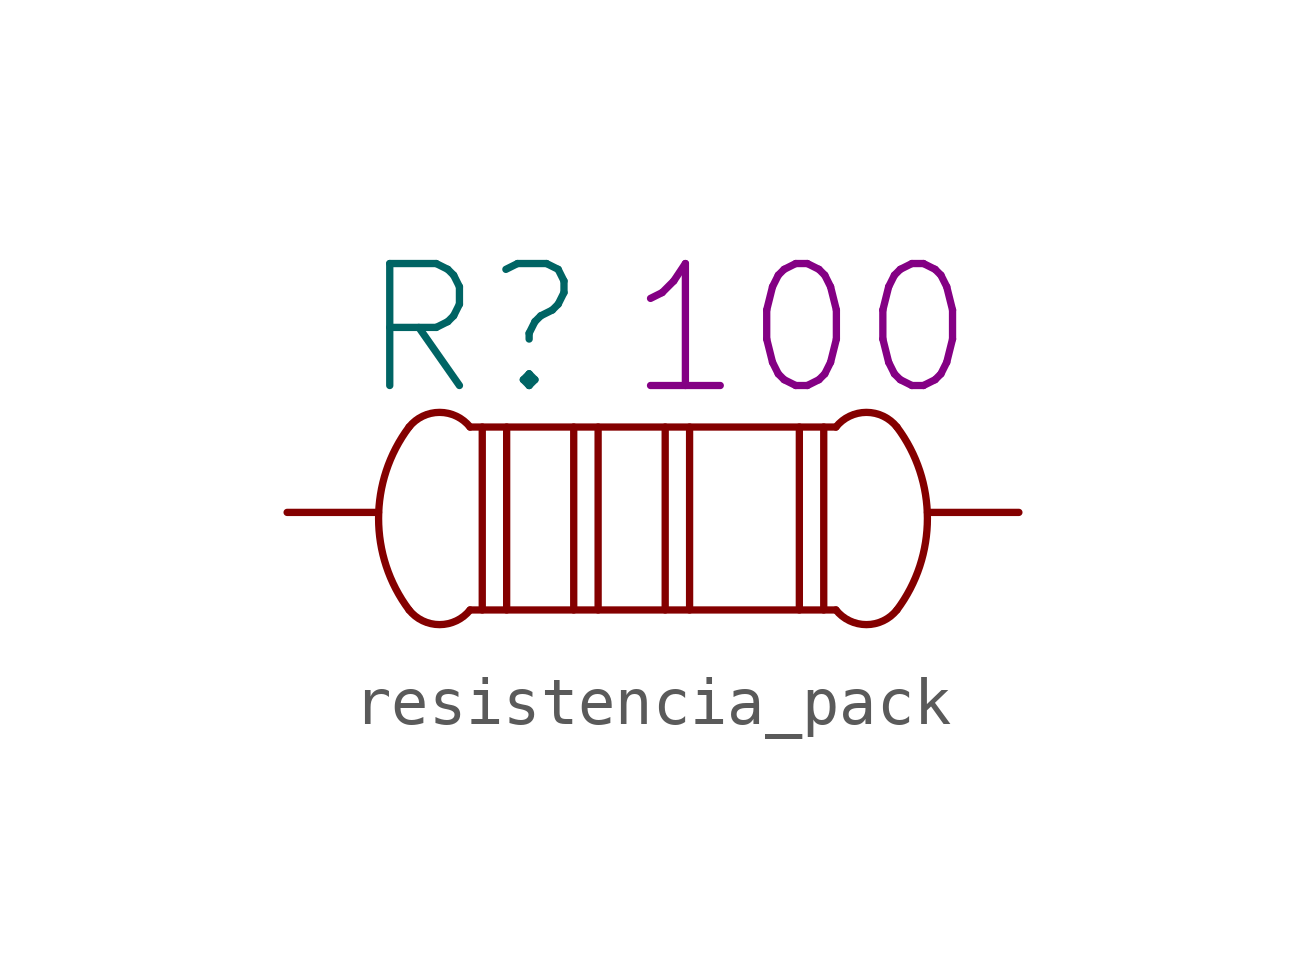
<source format=kicad_sym>
(kicad_symbol_lib
  (version 20211014)
  (generator kicad_symbol_editor)
  (symbol "resistencia_pack"
    (pin_names
      (offset 1.016))
    (property "Reference" "R"
      (at 6.35 3.81 0)
      (effects (font (size 2.54 2.54)) (justify right)))
    (property "R" "100"
      (at 6.985 3.81 0)
      (effects (font (size 2.54 2.54)) (justify left)))
    (symbol "resistencia_pack_0_1"
      (polyline (pts (xy 3.81 -2.032) (xy 11.43 -2.032)) (stroke (width 0) (type default) (color 0 0 0 0)) (fill (type none)))
      (polyline (pts (xy 3.81 1.778) (xy 11.43 1.778)) (stroke (width 0) (type default) (color 0 0 0 0)) (fill (type none)))
      (polyline (pts (xy 4.064 1.778) (xy 4.064 -2.032)) (stroke (width 0) (type default) (color 0 0 0 0)) (fill (type none)))
      (polyline (pts (xy 4.572 1.778) (xy 4.572 -2.032)) (stroke (width 0) (type default) (color 0 0 0 0)) (fill (type none)))
      (polyline (pts (xy 5.969 1.778) (xy 5.969 -2.032)) (stroke (width 0) (type default) (color 0 0 0 0)) (fill (type none)))
      (polyline (pts (xy 6.477 1.778) (xy 6.477 -2.032)) (stroke (width 0) (type default) (color 0 0 0 0)) (fill (type none)))
      (polyline (pts (xy 7.874 1.778) (xy 7.874 -2.032)) (stroke (width 0) (type default) (color 0 0 0 0)) (fill (type none)))
      (polyline (pts (xy 8.382 1.778) (xy 8.382 -2.032)) (stroke (width 0) (type default) (color 0 0 0 0)) (fill (type none)))
      (polyline (pts (xy 10.668 1.778) (xy 10.668 -2.032)) (stroke (width 0) (type default) (color 0 0 0 0)) (fill (type none)))
      (polyline (pts (xy 11.176 1.778) (xy 11.176 -2.032)) (stroke (width 0) (type default) (color 0 0 0 0)) (fill (type none)))
      (arc (start 2.54 -2.032) (mid 3.175 -2.3372) (end 3.81 -2.032) (stroke (width 0) (type default) (color 0 0 0 0)) (fill (type none)))
      (arc (start 2.54 1.778) (mid 1.905 -0.127) (end 2.54 -2.032) (stroke (width 0) (type default) (color 0 0 0 0)) (fill (type none)))
      (arc (start 3.81 1.778) (mid 3.175 2.0832) (end 2.54 1.778) (stroke (width 0) (type default) (color 0 0 0 0)) (fill (type none)))
      (arc (start 11.43 -2.032) (mid 12.065 -2.3372) (end 12.7 -2.032) (stroke (width 0) (type default) (color 0 0 0 0)) (fill (type none)))
      (arc (start 12.7 -2.032) (mid 13.335 -0.127) (end 12.7 1.778) (stroke (width 0) (type default) (color 0 0 0 0)) (fill (type none)))
      (arc (start 12.7 1.778) (mid 12.065 2.0832) (end 11.43 1.778) (stroke (width 0) (type default) (color 0 0 0 0)) (fill (type none))))
    (symbol "resistencia_pack_1_1"
      (pin input line (at 0 0 0) (length 1.905) (name "~" (effects (font (size 1.27 1.27)))) (number "~" (effects (font (size 1.143 1.143)))))
      (pin input line (at 15.24 0 180) (length 1.905) (name "~" (effects (font (size 1.27 1.27)))) (number "~" (effects (font (size 1.143 1.143))))))))
</source>
